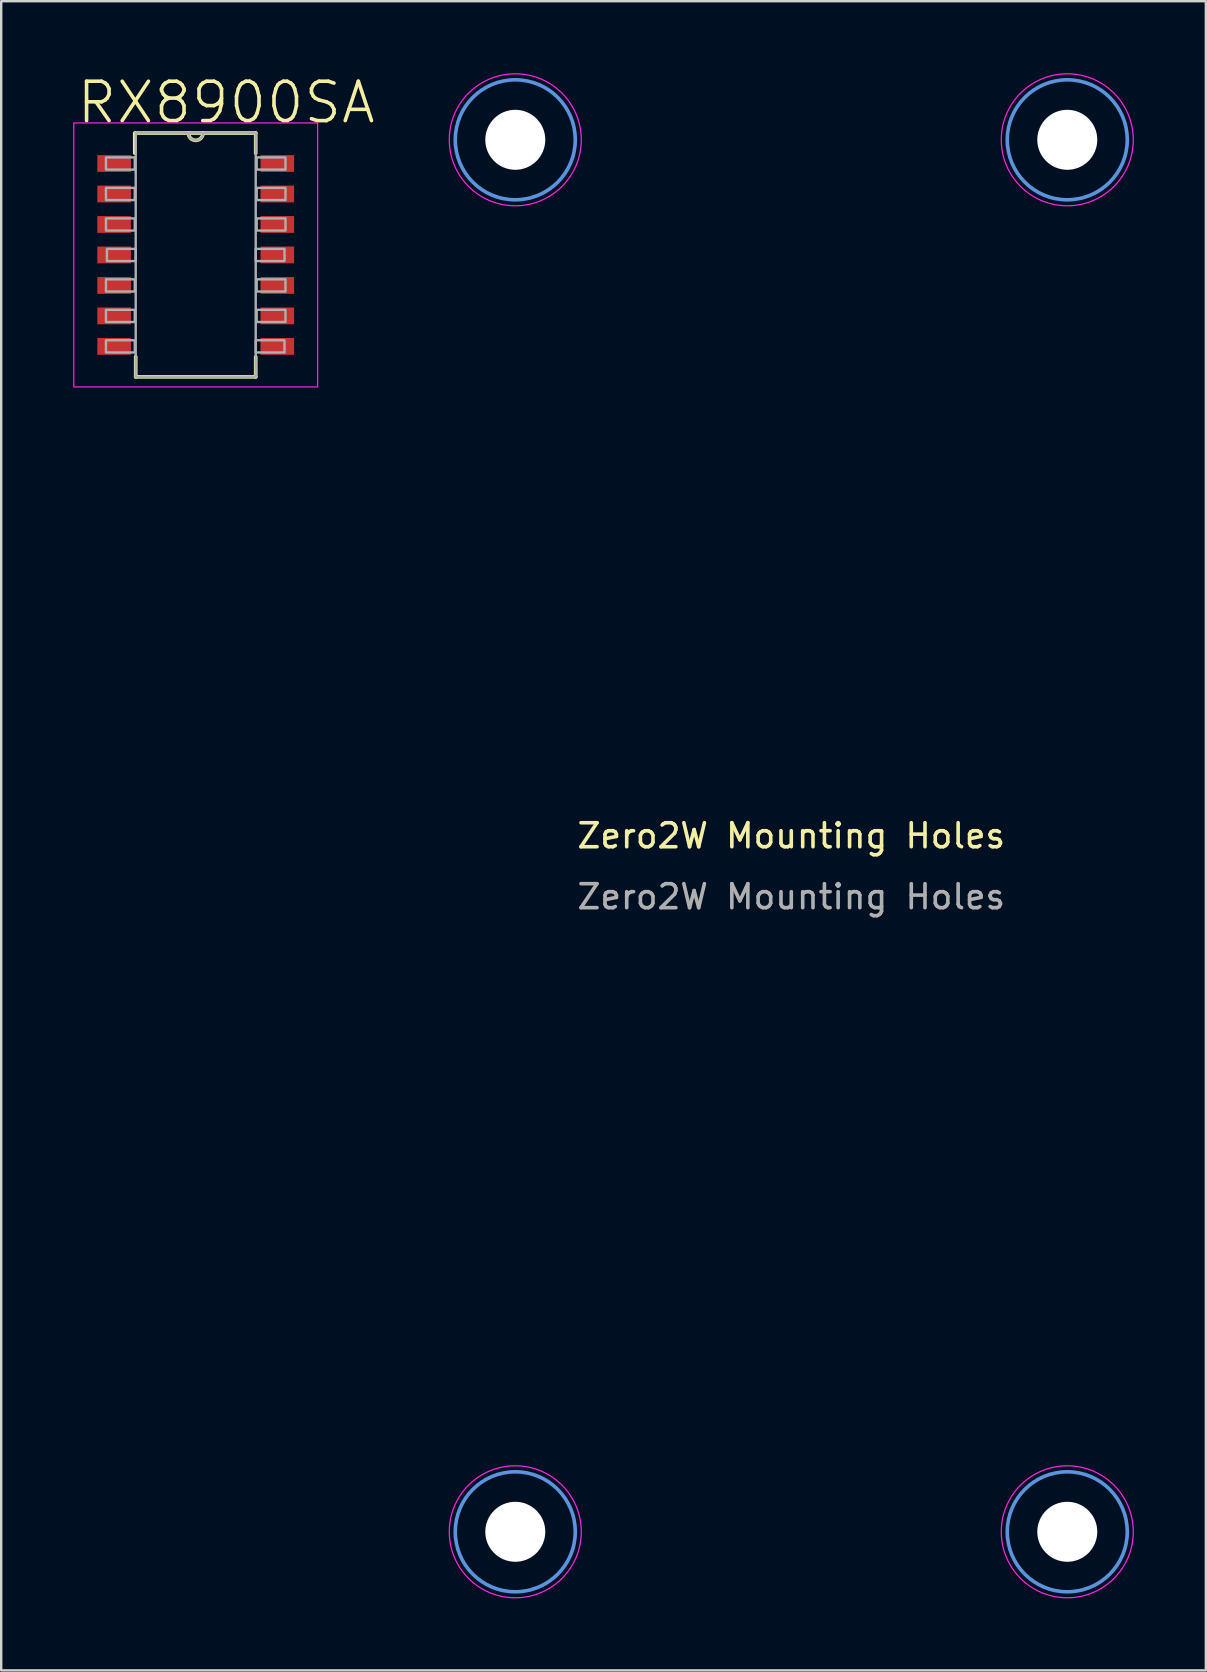
<source format=kicad_pcb>
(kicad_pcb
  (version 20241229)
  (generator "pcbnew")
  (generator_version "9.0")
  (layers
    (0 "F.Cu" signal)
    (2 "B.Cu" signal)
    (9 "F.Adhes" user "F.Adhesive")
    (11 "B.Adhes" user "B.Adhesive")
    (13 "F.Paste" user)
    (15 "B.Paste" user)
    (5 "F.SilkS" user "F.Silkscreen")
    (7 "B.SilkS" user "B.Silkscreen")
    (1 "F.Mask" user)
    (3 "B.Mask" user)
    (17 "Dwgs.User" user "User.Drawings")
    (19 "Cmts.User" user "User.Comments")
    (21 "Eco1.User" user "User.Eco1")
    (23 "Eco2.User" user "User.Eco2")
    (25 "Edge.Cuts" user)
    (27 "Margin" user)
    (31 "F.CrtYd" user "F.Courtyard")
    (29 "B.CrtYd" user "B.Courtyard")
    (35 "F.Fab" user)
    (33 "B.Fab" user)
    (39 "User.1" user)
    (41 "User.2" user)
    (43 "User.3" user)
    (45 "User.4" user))
  (footprint "Zero2W Mounting Holes"
    (layer "F.Cu")
    (at 29.92 31.775)
    (property "Reference" "Zero2W Mounting Holes" (at 0 0 0) (layer "F.SilkS") (effects (font (size 1 1) (thickness 0.15))))
    (attr exclude_from_pos_files exclude_from_bom)
    (fp_circle (center -11.5 -29) (end -9 -29) (stroke (width 0.15) (type solid)) (fill no) (layer "Cmts.User"))
    (fp_circle (center -11.5 29) (end -9 29) (stroke (width 0.15) (type solid)) (fill no) (layer "Cmts.User"))
    (fp_circle (center 11.5 -29) (end 14 -29) (stroke (width 0.15) (type solid)) (fill no) (layer "Cmts.User"))
    (fp_circle (center 11.5 29) (end 14 29) (stroke (width 0.15) (type solid)) (fill no) (layer "Cmts.User"))
    (fp_circle (center -11.5 -29) (end -8.75 -29) (stroke (width 0.05) (type solid)) (fill no) (layer "F.CrtYd"))
    (fp_circle (center -11.5 29) (end -8.75 29) (stroke (width 0.05) (type solid)) (fill no) (layer "F.CrtYd"))
    (fp_circle (center 11.5 -29) (end 14.25 -29) (stroke (width 0.05) (type solid)) (fill no) (layer "F.CrtYd"))
    (fp_circle (center 11.5 29) (end 14.25 29) (stroke (width 0.05) (type solid)) (fill no) (layer "F.CrtYd"))
    (fp_text user "${REFERENCE}" (at 0 2.54 0) (layer "F.Fab") (effects (font (size 1 1) (thickness 0.15))))
    (pad "" np_thru_hole circle (at -11.5 -29) (size 2.5 2.5) (drill 2.5) (layers "*.Cu" "*.Mask"))
    (pad "" np_thru_hole circle (at -11.5 29) (size 2.5 2.5) (drill 2.5) (layers "*.Cu" "*.Mask"))
    (pad "" np_thru_hole circle (at 11.5 -29) (size 2.5 2.5) (drill 2.5) (layers "*.Cu" "*.Mask"))
    (pad "" np_thru_hole circle (at 11.5 29) (size 2.5 2.5) (drill 2.5) (layers "*.Cu" "*.Mask")))
  (footprint "RX8900SA"
    (layer "F.Cu")
    (at 5.105 7.573)
    (property "Reference" "RX8900SA" (at 1.27 -6.35 0) (layer "F.SilkS") (effects (font (size 1.64 1.64) (thickness 0.15))))
    (attr smd)
    (fp_line (start -2.54 -4.242) (end -2.54 -5.08) (stroke (width 0.152) (type solid)) (layer "F.SilkS"))
    (fp_line (start -2.5 -5.08) (end 2.5 -5.08) (stroke (width 0.152) (type solid)) (layer "F.SilkS"))
    (fp_line (start -2.5 5.08) (end -2.5 4.242) (stroke (width 0.152) (type solid)) (layer "F.SilkS"))
    (fp_line (start -2.5 5.08) (end 2.5 5.08) (stroke (width 0.152) (type solid)) (layer "F.SilkS"))
    (fp_line (start 2.5 -4.242) (end 2.5 -5.08) (stroke (width 0.152) (type solid)) (layer "F.SilkS"))
    (fp_line (start 2.5 5.08) (end 2.5 4.242) (stroke (width 0.152) (type solid)) (layer "F.SilkS"))
    (fp_arc (start 0.3048 -5.08) (mid 0 -4.7752) (end -0.3048 -5.08) (stroke (width 0.1524) (type solid)) (layer "F.SilkS"))
    (fp_rect (start -5.08 -5.5) (end 5.08 5.5) (stroke (width 0.05) (type default)) (fill no) (layer "F.CrtYd"))
    (fp_line (start -2.5 -5.08) (end -2.5 5.08) (stroke (width 0.1) (type default)) (layer "F.Fab"))
    (fp_line (start -2.5 -5.08) (end 2.5 -5.08) (stroke (width 0.1) (type solid)) (layer "F.Fab"))
    (fp_line (start -2.5 5.08) (end 2.5 5.08) (stroke (width 0.1) (type solid)) (layer "F.Fab"))
    (fp_line (start 2.5 -5.08) (end 2.5 5.08) (stroke (width 0.1) (type default)) (layer "F.Fab"))
    (fp_rect (start -3.74 -4.064) (end -2.54 -3.556) (stroke (width 0.1) (type default)) (fill no) (layer "F.Fab"))
    (fp_rect (start -3.74 -2.794) (end -2.54 -2.286) (stroke (width 0.1) (type default)) (fill no) (layer "F.Fab"))
    (fp_rect (start -3.74 -1.524) (end -2.54 -1.016) (stroke (width 0.1) (type default)) (fill no) (layer "F.Fab"))
    (fp_rect (start -3.74 1.016) (end -2.54 1.524) (stroke (width 0.1) (type default)) (fill no) (layer "F.Fab"))
    (fp_rect (start -3.74 2.286) (end -2.54 2.794) (stroke (width 0.1) (type default)) (fill no) (layer "F.Fab"))
    (fp_rect (start -3.74 3.556) (end -2.54 4.064) (stroke (width 0.1) (type default)) (fill no) (layer "F.Fab"))
    (fp_rect (start -3.7 -0.254) (end -2.5 0.254) (stroke (width 0.1) (type default)) (fill no) (layer "F.Fab"))
    (fp_rect (start 2.5 -0.254) (end 3.7 0.254) (stroke (width 0.1) (type default)) (fill no) (layer "F.Fab"))
    (fp_rect (start 2.5 3.556) (end 3.7 4.064) (stroke (width 0.1) (type default)) (fill no) (layer "F.Fab"))
    (fp_rect (start 2.54 -4.064) (end 3.74 -3.556) (stroke (width 0.1) (type default)) (fill no) (layer "F.Fab"))
    (fp_rect (start 2.54 -2.794) (end 3.74 -2.286) (stroke (width 0.1) (type default)) (fill no) (layer "F.Fab"))
    (fp_rect (start 2.54 -1.524) (end 3.74 -1.016) (stroke (width 0.1) (type default)) (fill no) (layer "F.Fab"))
    (fp_rect (start 2.54 1.016) (end 3.74 1.524) (stroke (width 0.1) (type default)) (fill no) (layer "F.Fab"))
    (fp_rect (start 2.54 2.286) (end 3.74 2.794) (stroke (width 0.1) (type default)) (fill no) (layer "F.Fab"))
    (fp_arc (start 0.3048 -5.08) (mid 0 -4.7752) (end -0.3048 -5.08) (stroke (width 0.1) (type solid)) (layer "F.Fab"))
    (pad "1" smd rect (at -3.4 -3.81) (size 1.4 0.7) (layers "F.Cu" "F.Mask" "F.Paste"))
    (pad "2" smd rect (at -3.4 -2.54) (size 1.4 0.7) (layers "F.Cu" "F.Mask" "F.Paste"))
    (pad "3" smd rect (at -3.4 -1.27) (size 1.4 0.7) (layers "F.Cu" "F.Mask" "F.Paste"))
    (pad "4" smd rect (at -3.4 0) (size 1.4 0.7) (layers "F.Cu" "F.Mask" "F.Paste"))
    (pad "5" smd rect (at -3.4 1.27) (size 1.4 0.7) (layers "F.Cu" "F.Mask" "F.Paste"))
    (pad "6" smd rect (at -3.4 2.54) (size 1.4 0.7) (layers "F.Cu" "F.Mask" "F.Paste"))
    (pad "7" smd rect (at -3.4 3.81) (size 1.4 0.7) (layers "F.Cu" "F.Mask" "F.Paste"))
    (pad "8" smd rect (at 3.4 3.81) (size 1.4 0.7) (layers "F.Cu" "F.Mask" "F.Paste"))
    (pad "9" smd rect (at 3.4 2.54) (size 1.4 0.7) (layers "F.Cu" "F.Mask" "F.Paste"))
    (pad "10" smd rect (at 3.4 1.27) (size 1.4 0.7) (layers "F.Cu" "F.Mask" "F.Paste"))
    (pad "11" smd rect (at 3.4 0) (size 1.4 0.7) (layers "F.Cu" "F.Mask" "F.Paste"))
    (pad "12" smd rect (at 3.4 -1.27) (size 1.4 0.7) (layers "F.Cu" "F.Mask" "F.Paste"))
    (pad "13" smd rect (at 3.4 -2.54) (size 1.4 0.7) (layers "F.Cu" "F.Mask" "F.Paste"))
    (pad "14" smd rect (at 3.4 -3.81) (size 1.4 0.7) (layers "F.Cu" "F.Mask" "F.Paste")))
  (gr_rect
    (start -3 -3)
    (end 47.195 66.55)
    (stroke (width 0.1) (type default))
    (fill no)
    (layer "Edge.Cuts")))
</source>
